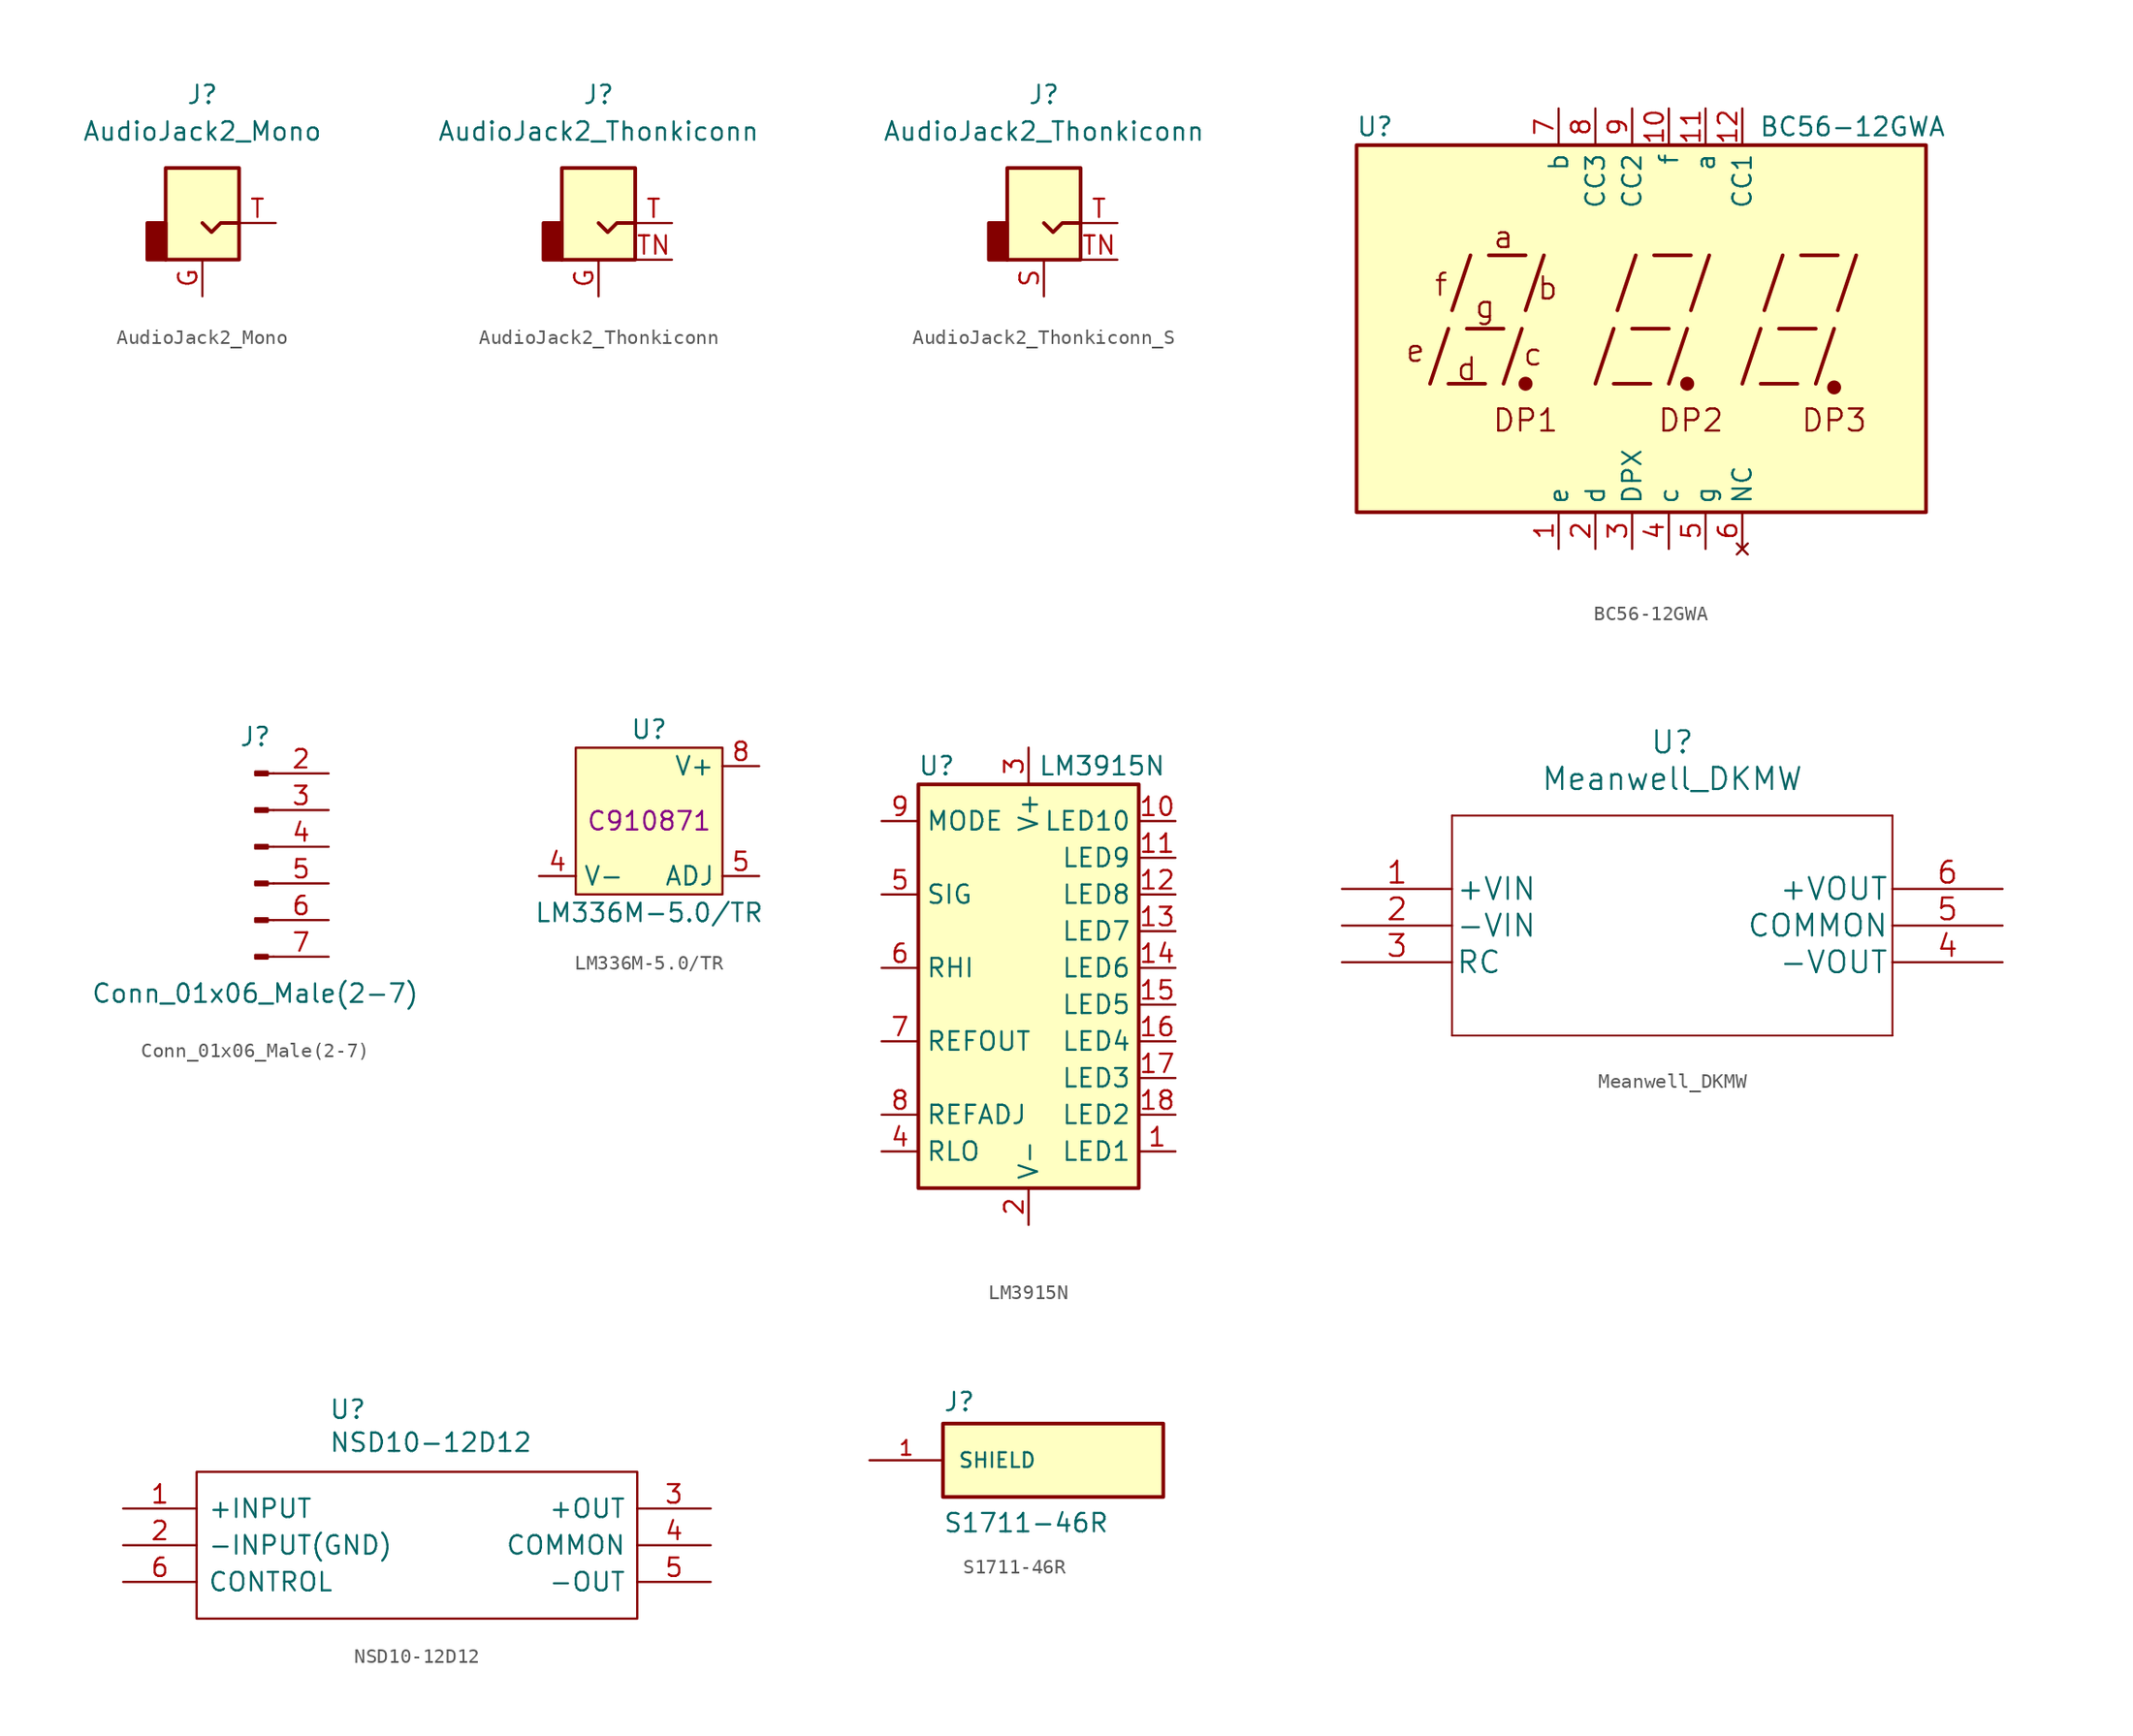
<source format=kicad_sym>
(kicad_symbol_lib
  (version 20241209)
  (generator "kicad_symbol_editor")
  (generator_version "9.0")
  (symbol "AudioJack2_Mono"
    (property "Reference" "J"
      (at 0 8.89 0)
      (effects (font (size 1.27 1.27))))
    (property "Value" "AudioJack2_Mono"
      (at 0 6.35 0)
      (effects (font (size 1.27 1.27))))
    (symbol "AudioJack2_Mono_0_1"
      (rectangle (start -2.54 -2.54) (end -3.81 0) (stroke (width 0.254) (type solid)) (fill (type outline)))
      (polyline (pts (xy 0 0) (xy 0.635 -0.635) (xy 1.27 0) (xy 2.54 0)) (stroke (width 0.254) (type solid)) (fill (type none)))
      (rectangle (start 2.54 3.81) (end -2.54 -2.54) (stroke (width 0.254) (type solid)) (fill (type background))))
    (symbol "AudioJack2_Mono_1_1"
      (pin passive line (at 0 -5.08 90) (length 2.54) (name "~" (effects (font (size 1.27 1.27)))) (number "G" (effects (font (size 1.27 1.27)))))
      (pin passive line (at 5.08 0 180) (length 2.54) (name "~" (effects (font (size 1.27 1.27)))) (number "T" (effects (font (size 1.27 1.27)))))))
  (symbol "AudioJack2_Thonkiconn"
    (property "Reference" "J"
      (at 0 8.89 0)
      (effects (font (size 1.27 1.27))))
    (property "Value" "AudioJack2_Thonkiconn"
      (at 0 6.35 0)
      (effects (font (size 1.27 1.27))))
    (symbol "AudioJack2_Thonkiconn_0_1"
      (rectangle (start -2.54 -2.54) (end -3.81 0) (stroke (width 0.254) (type solid)) (fill (type outline)))
      (polyline (pts (xy 0 0) (xy 0.635 -0.635) (xy 1.27 0) (xy 2.54 0)) (stroke (width 0.254) (type solid)) (fill (type none)))
      (rectangle (start 2.54 3.81) (end -2.54 -2.54) (stroke (width 0.254) (type solid)) (fill (type background))))
    (symbol "AudioJack2_Thonkiconn_1_1"
      (pin passive line (at 0 -5.08 90) (length 2.54) (name "~" (effects (font (size 1.27 1.27)))) (number "G" (effects (font (size 1.27 1.27)))))
      (pin bidirectional line (at 5.08 0 180) (length 2.54) (name "~" (effects (font (size 1.27 1.27)))) (number "T" (effects (font (size 1.27 1.27)))))
      (pin passive line (at 5.08 -2.54 180) (length 2.54) (name "~" (effects (font (size 1.27 1.27)))) (number "TN" (effects (font (size 1.27 1.27)))))))
  (symbol "AudioJack2_Thonkiconn_S"
    (property "Reference" "J"
      (at 0 8.89 0)
      (effects (font (size 1.27 1.27))))
    (property "Value" "AudioJack2_Thonkiconn"
      (at 0 6.35 0)
      (effects (font (size 1.27 1.27))))
    (symbol "AudioJack2_Thonkiconn_S_0_1"
      (rectangle (start -2.54 -2.54) (end -3.81 0) (stroke (width 0.254) (type solid)) (fill (type outline)))
      (polyline (pts (xy 0 0) (xy 0.635 -0.635) (xy 1.27 0) (xy 2.54 0)) (stroke (width 0.254) (type solid)) (fill (type none)))
      (rectangle (start 2.54 3.81) (end -2.54 -2.54) (stroke (width 0.254) (type solid)) (fill (type background))))
    (symbol "AudioJack2_Thonkiconn_S_1_1"
      (pin passive line (at 0 -5.08 90) (length 2.54) (name "~" (effects (font (size 1.27 1.27)))) (number "S" (effects (font (size 1.27 1.27)))))
      (pin bidirectional line (at 5.08 0 180) (length 2.54) (name "~" (effects (font (size 1.27 1.27)))) (number "T" (effects (font (size 1.27 1.27)))))
      (pin passive line (at 5.08 -2.54 180) (length 2.54) (name "~" (effects (font (size 1.27 1.27)))) (number "TN" (effects (font (size 1.27 1.27)))))))
  (symbol "BC56-12GWA"
    (property "Reference" "U"
      (at -24.13 13.97 0)
      (effects (font (size 1.27 1.27))))
    (property "Value" "BC56-12GWA"
      (at 8.89 13.97 0)
      (effects (font (size 1.27 1.27))))
    (symbol "BC56-12GWA_0_0"
      (rectangle (start -25.4 12.7) (end 13.97 -12.7) (stroke (width 0.254) (type default)) (fill (type background)))
      (polyline (pts (xy -20.32 -3.81) (xy -19.05 0)) (stroke (width 0.254) (type default)) (fill (type none)))
      (polyline (pts (xy -19.05 -3.81) (xy -16.51 -3.81)) (stroke (width 0.254) (type default)) (fill (type none)))
      (polyline (pts (xy -18.796 1.27) (xy -17.526 5.08)) (stroke (width 0.254) (type default)) (fill (type none)))
      (polyline (pts (xy -17.78 0) (xy -15.24 0)) (stroke (width 0.254) (type default)) (fill (type none)))
      (polyline (pts (xy -16.256 5.08) (xy -13.716 5.08)) (stroke (width 0.254) (type default)) (fill (type none)))
      (polyline (pts (xy -15.24 -3.81) (xy -13.97 0)) (stroke (width 0.254) (type default)) (fill (type none)))
      (polyline (pts (xy -13.716 1.27) (xy -12.446 5.08)) (stroke (width 0.254) (type default)) (fill (type none)))
      (polyline (pts (xy -8.89 -3.81) (xy -7.62 0)) (stroke (width 0.254) (type default)) (fill (type none)))
      (polyline (pts (xy -7.62 -3.81) (xy -5.08 -3.81)) (stroke (width 0.254) (type default)) (fill (type none)))
      (polyline (pts (xy -7.366 1.27) (xy -6.096 5.08)) (stroke (width 0.254) (type default)) (fill (type none)))
      (polyline (pts (xy -6.35 0) (xy -3.81 0)) (stroke (width 0.254) (type default)) (fill (type none)))
      (polyline (pts (xy -4.826 5.08) (xy -2.286 5.08)) (stroke (width 0.254) (type default)) (fill (type none)))
      (polyline (pts (xy -3.81 -3.81) (xy -2.54 0)) (stroke (width 0.254) (type default)) (fill (type none)))
      (polyline (pts (xy -2.286 1.27) (xy -1.016 5.08)) (stroke (width 0.254) (type default)) (fill (type none)))
      (polyline (pts (xy 1.27 -3.81) (xy 2.54 0)) (stroke (width 0.254) (type default)) (fill (type none)))
      (polyline (pts (xy 2.54 -3.81) (xy 5.08 -3.81)) (stroke (width 0.254) (type default)) (fill (type none)))
      (polyline (pts (xy 2.794 1.27) (xy 4.064 5.08)) (stroke (width 0.254) (type default)) (fill (type none)))
      (polyline (pts (xy 3.81 0) (xy 6.35 0)) (stroke (width 0.254) (type default)) (fill (type none)))
      (polyline (pts (xy 5.334 5.08) (xy 7.874 5.08)) (stroke (width 0.254) (type default)) (fill (type none)))
      (polyline (pts (xy 6.35 -3.81) (xy 7.62 0)) (stroke (width 0.254) (type default)) (fill (type none)))
      (polyline (pts (xy 7.874 1.27) (xy 9.144 5.08)) (stroke (width 0.254) (type default)) (fill (type none)))
      (text "e" (at -21.336 -1.524 0) (effects (font (size 1.524 1.524))))
      (text "f" (at -19.558 3.048 0) (effects (font (size 1.524 1.524))))
      (text "d" (at -17.78 -2.794 0) (effects (font (size 1.524 1.524))))
      (text "g" (at -16.51 1.524 0) (effects (font (size 1.524 1.524))))
      (text "a" (at -15.24 6.35 0) (effects (font (size 1.524 1.524))))
      (text "DP1" (at -13.716 -6.35 0) (effects (font (size 1.524 1.524))))
      (text "c" (at -13.208 -1.778 0) (effects (font (size 1.524 1.524))))
      (text "b" (at -12.192 2.794 0) (effects (font (size 1.524 1.524))))
      (text "DP2" (at -2.286 -6.35 0) (effects (font (size 1.524 1.524))))
      (text "DP3" (at 7.62 -6.35 0) (effects (font (size 1.524 1.524)))))
    (symbol "BC56-12GWA_0_1"
      (circle (center -13.716 -3.81) (radius 0.356) (stroke (width 0.254) (type default)) (fill (type outline)))
      (circle (center -2.54 -3.81) (radius 0.356) (stroke (width 0.254) (type default)) (fill (type outline))))
    (symbol "BC56-12GWA_1_0"
      (circle (center 7.62 -4.064) (radius 0.356) (stroke (width 0.254) (type default)) (fill (type outline))))
    (symbol "BC56-12GWA_1_1"
      (pin input line (at -11.43 15.24 270) (length 2.54) (name "b" (effects (font (size 1.27 1.27)))) (number "7" (effects (font (size 1.27 1.27)))))
      (pin input line (at -11.43 -15.24 90) (length 2.54) (name "e" (effects (font (size 1.27 1.27)))) (number "1" (effects (font (size 1.27 1.27)))))
      (pin input line (at -8.89 15.24 270) (length 2.54) (name "CC3" (effects (font (size 1.27 1.27)))) (number "8" (effects (font (size 1.27 1.27)))))
      (pin input line (at -8.89 -15.24 90) (length 2.54) (name "d" (effects (font (size 1.27 1.27)))) (number "2" (effects (font (size 1.27 1.27)))))
      (pin input line (at -6.35 15.24 270) (length 2.54) (name "CC2" (effects (font (size 1.27 1.27)))) (number "9" (effects (font (size 1.27 1.27)))))
      (pin input line (at -6.35 -15.24 90) (length 2.54) (name "DPX" (effects (font (size 1.27 1.27)))) (number "3" (effects (font (size 1.27 1.27)))))
      (pin input line (at -3.81 15.24 270) (length 2.54) (name "f" (effects (font (size 1.27 1.27)))) (number "10" (effects (font (size 1.27 1.27)))))
      (pin input line (at -3.81 -15.24 90) (length 2.54) (name "c" (effects (font (size 1.27 1.27)))) (number "4" (effects (font (size 1.27 1.27)))))
      (pin input line (at -1.27 15.24 270) (length 2.54) (name "a" (effects (font (size 1.27 1.27)))) (number "11" (effects (font (size 1.27 1.27)))))
      (pin input line (at -1.27 -15.24 90) (length 2.54) (name "g" (effects (font (size 1.27 1.27)))) (number "5" (effects (font (size 1.27 1.27)))))
      (pin input line (at 1.27 15.24 270) (length 2.54) (name "CC1" (effects (font (size 1.27 1.27)))) (number "12" (effects (font (size 1.27 1.27)))))
      (pin no_connect line (at 1.27 -15.24 90) (length 2.54) (name "NC" (effects (font (size 1.27 1.27)))) (number "6" (effects (font (size 1.27 1.27)))))))
  (symbol "Conn_01x06_Male(2-7)"
    (pin_names
      (offset 1.016)
      (hide yes))
    (property "Reference" "J"
      (at 0 7.62 0)
      (effects (font (size 1.27 1.27))))
    (property "Value" "Conn_01x06_Male(2-7)"
      (at 0 -10.16 0)
      (effects (font (size 1.27 1.27))))
    (symbol "Conn_01x06_Male(2-7)_1_1"
      (rectangle (start 0.864 5.207) (end 0 4.953) (stroke (width 0.152) (type solid)) (fill (type outline)))
      (rectangle (start 0.864 2.667) (end 0 2.413) (stroke (width 0.152) (type solid)) (fill (type outline)))
      (rectangle (start 0.864 0.127) (end 0 -0.127) (stroke (width 0.152) (type solid)) (fill (type outline)))
      (rectangle (start 0.864 -2.413) (end 0 -2.667) (stroke (width 0.152) (type solid)) (fill (type outline)))
      (rectangle (start 0.864 -4.953) (end 0 -5.207) (stroke (width 0.152) (type solid)) (fill (type outline)))
      (rectangle (start 0.864 -7.493) (end 0 -7.747) (stroke (width 0.152) (type solid)) (fill (type outline)))
      (polyline (pts (xy 1.27 5.08) (xy 0.864 5.08)) (stroke (width 0.152) (type solid)) (fill (type none)))
      (polyline (pts (xy 1.27 2.54) (xy 0.864 2.54)) (stroke (width 0.152) (type solid)) (fill (type none)))
      (polyline (pts (xy 1.27 0) (xy 0.864 0)) (stroke (width 0.152) (type solid)) (fill (type none)))
      (polyline (pts (xy 1.27 -2.54) (xy 0.864 -2.54)) (stroke (width 0.152) (type solid)) (fill (type none)))
      (polyline (pts (xy 1.27 -5.08) (xy 0.864 -5.08)) (stroke (width 0.152) (type solid)) (fill (type none)))
      (polyline (pts (xy 1.27 -7.62) (xy 0.864 -7.62)) (stroke (width 0.152) (type solid)) (fill (type none)))
      (pin passive line (at 5.08 5.08 180) (length 3.81) (name "Pin_2" (effects (font (size 1.27 1.27)))) (number "2" (effects (font (size 1.27 1.27)))))
      (pin passive line (at 5.08 2.54 180) (length 3.81) (name "Pin_3" (effects (font (size 1.27 1.27)))) (number "3" (effects (font (size 1.27 1.27)))))
      (pin passive line (at 5.08 0 180) (length 3.81) (name "Pin_4" (effects (font (size 1.27 1.27)))) (number "4" (effects (font (size 1.27 1.27)))))
      (pin passive line (at 5.08 -2.54 180) (length 3.81) (name "Pin_5" (effects (font (size 1.27 1.27)))) (number "5" (effects (font (size 1.27 1.27)))))
      (pin passive line (at 5.08 -5.08 180) (length 3.81) (name "Pin_6" (effects (font (size 1.27 1.27)))) (number "6" (effects (font (size 1.27 1.27)))))
      (pin passive line (at 5.08 -7.62 180) (length 3.81) (name "Pin_7" (effects (font (size 1.27 1.27)))) (number "7" (effects (font (size 1.27 1.27)))))))
  (symbol "LM336M-5.0/TR"
    (property "Reference" "U"
      (at 0 6.35 0)
      (effects (font (size 1.27 1.27))))
    (property "Value" "LM336M-5.0/TR"
      (at 0 -6.35 0)
      (effects (font (size 1.27 1.27))))
    (property "LCSC" "C910871"
      (at 0 0 0)
      (effects (font (size 1.27 1.27))))
    (symbol "LM336M-5.0/TR_1_1"
      (rectangle (start -5.08 5.08) (end 5.08 -5.08) (stroke (width 0) (type default)) (fill (type background)))
      (pin no_connect line (at -7.62 3.81 0) (length 2.54) (hide yes) (name "NC" (effects (font (size 1.27 1.27)))) (number "1" (effects (font (size 1.27 1.27)))))
      (pin no_connect line (at -7.62 1.27 0) (length 2.54) (hide yes) (name "NC" (effects (font (size 1.27 1.27)))) (number "2" (effects (font (size 1.27 1.27)))))
      (pin no_connect line (at -7.62 -1.27 0) (length 2.54) (hide yes) (name "NC" (effects (font (size 1.27 1.27)))) (number "3" (effects (font (size 1.27 1.27)))))
      (pin power_in line (at -7.62 -3.81 0) (length 2.54) (name "V-" (effects (font (size 1.27 1.27)))) (number "4" (effects (font (size 1.27 1.27)))))
      (pin power_out line (at 7.62 3.81 180) (length 2.54) (name "V+" (effects (font (size 1.27 1.27)))) (number "8" (effects (font (size 1.27 1.27)))))
      (pin no_connect line (at 7.62 1.27 180) (length 2.54) (hide yes) (name "NC" (effects (font (size 1.27 1.27)))) (number "7" (effects (font (size 1.27 1.27)))))
      (pin no_connect line (at 7.62 -1.27 180) (length 2.54) (hide yes) (name "NC" (effects (font (size 1.27 1.27)))) (number "6" (effects (font (size 1.27 1.27)))))
      (pin bidirectional line (at 7.62 -3.81 180) (length 2.54) (name "ADJ" (effects (font (size 1.27 1.27)))) (number "5" (effects (font (size 1.27 1.27)))))))
  (symbol "LM3915N"
    (property "Reference" "U"
      (at -6.35 13.97 0)
      (effects (font (size 1.27 1.27))))
    (property "Value" "LM3915N"
      (at 5.08 13.97 0)
      (effects (font (size 1.27 1.27))))
    (symbol "LM3915N_0_1"
      (rectangle (start -7.62 12.7) (end 7.62 -15.24) (stroke (width 0.254) (type solid)) (fill (type background))))
    (symbol "LM3915N_1_1"
      (pin input line (at -10.16 10.16 0) (length 2.54) (name "MODE" (effects (font (size 1.27 1.27)))) (number "9" (effects (font (size 1.27 1.27)))))
      (pin input line (at -10.16 5.08 0) (length 2.54) (name "SIG" (effects (font (size 1.27 1.27)))) (number "5" (effects (font (size 1.27 1.27)))))
      (pin input line (at -10.16 0 0) (length 2.54) (name "RHI" (effects (font (size 1.27 1.27)))) (number "6" (effects (font (size 1.27 1.27)))))
      (pin output line (at -10.16 -5.08 0) (length 2.54) (name "REFOUT" (effects (font (size 1.27 1.27)))) (number "7" (effects (font (size 1.27 1.27)))))
      (pin input line (at -10.16 -10.16 0) (length 2.54) (name "REFADJ" (effects (font (size 1.27 1.27)))) (number "8" (effects (font (size 1.27 1.27)))))
      (pin input line (at -10.16 -12.7 0) (length 2.54) (name "RLO" (effects (font (size 1.27 1.27)))) (number "4" (effects (font (size 1.27 1.27)))))
      (pin power_in line (at 0 15.24 270) (length 2.54) (name "V+" (effects (font (size 1.27 1.27)))) (number "3" (effects (font (size 1.27 1.27)))))
      (pin power_in line (at 0 -17.78 90) (length 2.54) (name "V-" (effects (font (size 1.27 1.27)))) (number "2" (effects (font (size 1.27 1.27)))))
      (pin open_collector line (at 10.16 10.16 180) (length 2.54) (name "LED10" (effects (font (size 1.27 1.27)))) (number "10" (effects (font (size 1.27 1.27)))))
      (pin open_collector line (at 10.16 7.62 180) (length 2.54) (name "LED9" (effects (font (size 1.27 1.27)))) (number "11" (effects (font (size 1.27 1.27)))))
      (pin open_collector line (at 10.16 5.08 180) (length 2.54) (name "LED8" (effects (font (size 1.27 1.27)))) (number "12" (effects (font (size 1.27 1.27)))))
      (pin open_collector line (at 10.16 2.54 180) (length 2.54) (name "LED7" (effects (font (size 1.27 1.27)))) (number "13" (effects (font (size 1.27 1.27)))))
      (pin open_collector line (at 10.16 0 180) (length 2.54) (name "LED6" (effects (font (size 1.27 1.27)))) (number "14" (effects (font (size 1.27 1.27)))))
      (pin open_collector line (at 10.16 -2.54 180) (length 2.54) (name "LED5" (effects (font (size 1.27 1.27)))) (number "15" (effects (font (size 1.27 1.27)))))
      (pin open_collector line (at 10.16 -5.08 180) (length 2.54) (name "LED4" (effects (font (size 1.27 1.27)))) (number "16" (effects (font (size 1.27 1.27)))))
      (pin open_collector line (at 10.16 -7.62 180) (length 2.54) (name "LED3" (effects (font (size 1.27 1.27)))) (number "17" (effects (font (size 1.27 1.27)))))
      (pin open_collector line (at 10.16 -10.16 180) (length 2.54) (name "LED2" (effects (font (size 1.27 1.27)))) (number "18" (effects (font (size 1.27 1.27)))))
      (pin open_collector line (at 10.16 -12.7 180) (length 2.54) (name "LED1" (effects (font (size 1.27 1.27)))) (number "1" (effects (font (size 1.27 1.27)))))))
  (symbol "Meanwell_DKMW"
    (pin_names
      (offset 0.254))
    (property "Reference" "U"
      (at 22.86 10.16 0)
      (effects (font (size 1.524 1.524))))
    (property "Value" "Meanwell_DKMW"
      (at 22.86 7.62 0)
      (effects (font (size 1.524 1.524))))
    (property "Datasheet" ""
      (at 0 0 0)
      (effects (font (size 1.524 1.524))))
    (property "ki_locked" ""
      (at 0 0 0)
      (effects (font (size 1.27 1.27))))
    (symbol "Meanwell_DKMW_1_1"
      (polyline (pts (xy 7.62 5.08) (xy 7.62 -10.16)) (stroke (width 0.127) (type solid)) (fill (type none)))
      (polyline (pts (xy 7.62 -10.16) (xy 38.1 -10.16)) (stroke (width 0.127) (type solid)) (fill (type none)))
      (polyline (pts (xy 38.1 5.08) (xy 7.62 5.08)) (stroke (width 0.127) (type solid)) (fill (type none)))
      (polyline (pts (xy 38.1 -10.16) (xy 38.1 5.08)) (stroke (width 0.127) (type solid)) (fill (type none)))
      (pin power_in line (at 0 0 0) (length 7.62) (name "+VIN" (effects (font (size 1.499 1.499)))) (number "1" (effects (font (size 1.499 1.499)))))
      (pin power_in line (at 0 -2.54 0) (length 7.62) (name "-VIN" (effects (font (size 1.499 1.499)))) (number "2" (effects (font (size 1.499 1.499)))))
      (pin unspecified line (at 0 -5.08 0) (length 7.62) (name "RC" (effects (font (size 1.499 1.499)))) (number "3" (effects (font (size 1.499 1.499)))))
      (pin output line (at 45.72 0 180) (length 7.62) (name "+VOUT" (effects (font (size 1.499 1.499)))) (number "6" (effects (font (size 1.499 1.499)))))
      (pin unspecified line (at 45.72 -2.54 180) (length 7.62) (name "COMMON" (effects (font (size 1.499 1.499)))) (number "5" (effects (font (size 1.499 1.499)))))
      (pin output line (at 45.72 -5.08 180) (length 7.62) (name "-VOUT" (effects (font (size 1.499 1.499)))) (number "4" (effects (font (size 1.499 1.499)))))))
  (symbol "NSD10-12D12"
    (pin_names
      (offset 0.762))
    (property "Reference" "U"
      (at 14.224 6.858 0)
      (effects (font (size 1.27 1.27)) (justify left)))
    (property "Value" "NSD10-12D12"
      (at 14.224 4.572 0)
      (effects (font (size 1.27 1.27)) (justify left)))
    (symbol "NSD10-12D12_0_0"
      (pin passive line (at 0 0 0) (length 5.08) (name "+INPUT" (effects (font (size 1.27 1.27)))) (number "1" (effects (font (size 1.27 1.27)))))
      (pin passive line (at 0 -2.54 0) (length 5.08) (name "-INPUT(GND)" (effects (font (size 1.27 1.27)))) (number "2" (effects (font (size 1.27 1.27)))))
      (pin passive line (at 0 -5.08 0) (length 5.08) (name "CONTROL" (effects (font (size 1.27 1.27)))) (number "6" (effects (font (size 1.27 1.27)))))
      (pin passive line (at 40.64 0 180) (length 5.08) (name "+OUT" (effects (font (size 1.27 1.27)))) (number "3" (effects (font (size 1.27 1.27)))))
      (pin passive line (at 40.64 -2.54 180) (length 5.08) (name "COMMON" (effects (font (size 1.27 1.27)))) (number "4" (effects (font (size 1.27 1.27)))))
      (pin passive line (at 40.64 -5.08 180) (length 5.08) (name "-OUT" (effects (font (size 1.27 1.27)))) (number "5" (effects (font (size 1.27 1.27))))))
    (symbol "NSD10-12D12_0_1"
      (polyline (pts (xy 5.08 2.54) (xy 35.56 2.54) (xy 35.56 -7.62) (xy 5.08 -7.62) (xy 5.08 2.54)) (stroke (width 0.152) (type solid)) (fill (type none)))))
  (symbol "S1711-46R"
    (pin_names
      (offset 1.016))
    (property "Reference" "J"
      (at -7.62 3.302 0)
      (effects (font (size 1.27 1.27)) (justify left bottom)))
    (property "Value" "S1711-46R"
      (at -7.62 -5.08 0)
      (effects (font (size 1.27 1.27)) (justify left bottom)))
    (symbol "S1711-46R_0_0"
      (rectangle (start -7.62 -2.54) (end 7.62 2.54) (stroke (width 0.254) (type default)) (fill (type background)))
      (pin passive line (at -12.7 0 0) (length 5.08) (name "SHIELD" (effects (font (size 1.016 1.016)))) (number "1" (effects (font (size 1.016 1.016))))))))
</source>
